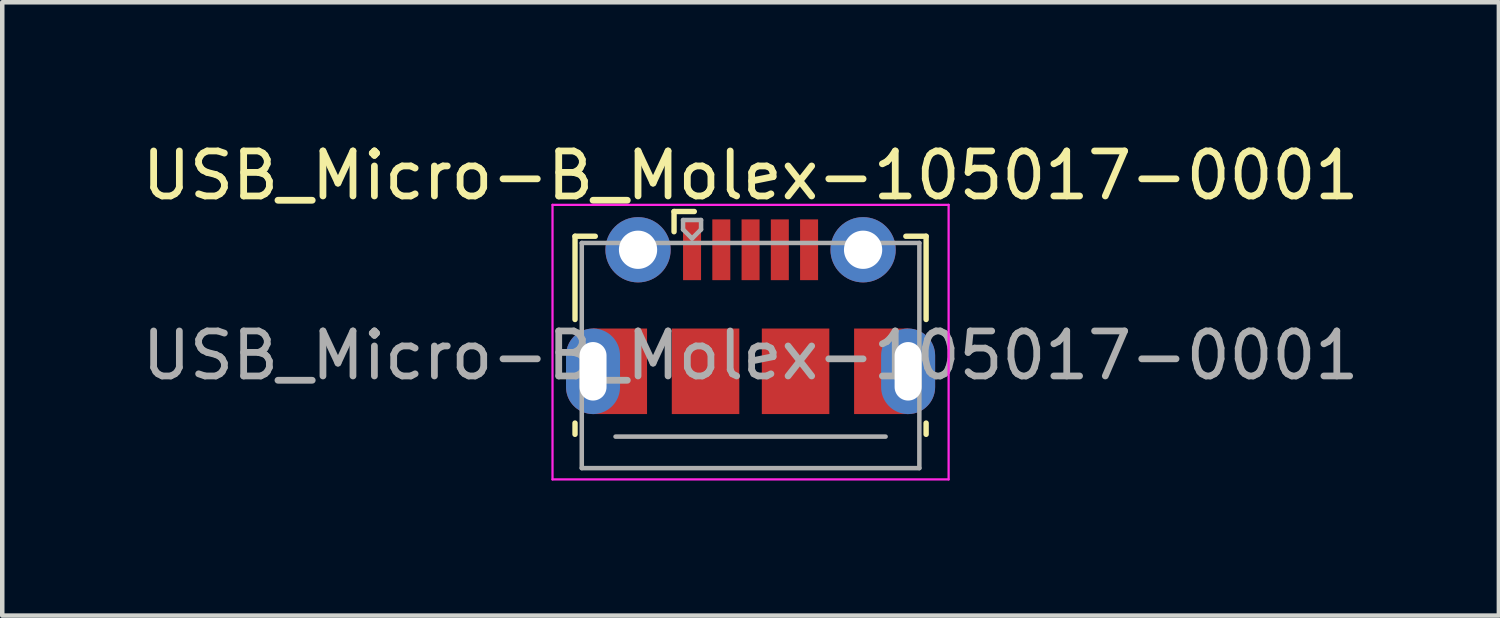
<source format=kicad_pcb>
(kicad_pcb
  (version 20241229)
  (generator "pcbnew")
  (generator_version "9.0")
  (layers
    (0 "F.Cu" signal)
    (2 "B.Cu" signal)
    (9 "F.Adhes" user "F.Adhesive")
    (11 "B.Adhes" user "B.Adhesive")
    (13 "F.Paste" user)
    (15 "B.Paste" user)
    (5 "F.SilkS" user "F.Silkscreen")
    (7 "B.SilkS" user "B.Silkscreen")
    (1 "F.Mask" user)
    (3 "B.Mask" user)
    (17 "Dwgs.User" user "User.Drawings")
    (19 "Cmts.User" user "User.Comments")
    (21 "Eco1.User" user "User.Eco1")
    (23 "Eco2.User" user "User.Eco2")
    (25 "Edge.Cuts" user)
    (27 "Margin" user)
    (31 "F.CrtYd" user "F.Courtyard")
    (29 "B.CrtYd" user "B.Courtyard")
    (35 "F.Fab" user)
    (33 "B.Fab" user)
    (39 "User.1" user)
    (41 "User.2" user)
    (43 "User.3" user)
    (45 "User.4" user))
  (footprint "USB_Micro-B_Molex-105017-0001"
    (layer "F.Cu")
    (at 13.625 3.961)
    (property "Reference" "USB_Micro-B_Molex-105017-0001" (at 0 -3.112 0) (layer "F.SilkS") (effects (font (size 1 1) (thickness 0.15))))
    (attr smd)
    (fp_line (start -3.9 -1.762) (end -3.45 -1.762) (stroke (width 0.12) (type solid)) (layer "F.SilkS"))
    (fp_line (start -3.9 0.087) (end -3.9 -1.762) (stroke (width 0.12) (type solid)) (layer "F.SilkS"))
    (fp_line (start -3.9 2.638) (end -3.9 2.388) (stroke (width 0.12) (type solid)) (layer "F.SilkS"))
    (fp_line (start -1.7 -2.312) (end -1.7 -1.863) (stroke (width 0.12) (type solid)) (layer "F.SilkS"))
    (fp_line (start -1.7 -2.312) (end -1.25 -2.312) (stroke (width 0.12) (type solid)) (layer "F.SilkS"))
    (fp_line (start 3.9 -1.762) (end 3.45 -1.762) (stroke (width 0.12) (type solid)) (layer "F.SilkS"))
    (fp_line (start 3.9 0.087) (end 3.9 -1.762) (stroke (width 0.12) (type solid)) (layer "F.SilkS"))
    (fp_line (start 3.9 2.638) (end 3.9 2.388) (stroke (width 0.12) (type solid)) (layer "F.SilkS"))
    (fp_line (start -4.4 -2.46) (end 4.4 -2.46) (stroke (width 0.05) (type solid)) (layer "F.CrtYd"))
    (fp_line (start -4.4 3.64) (end -4.4 -2.46) (stroke (width 0.05) (type solid)) (layer "F.CrtYd"))
    (fp_line (start -4.4 3.64) (end 4.4 3.64) (stroke (width 0.05) (type solid)) (layer "F.CrtYd"))
    (fp_line (start 4.4 -2.46) (end 4.4 3.64) (stroke (width 0.05) (type solid)) (layer "F.CrtYd"))
    (fp_line (start -3.75 -1.613) (end 3.75 -1.613) (stroke (width 0.1) (type solid)) (layer "F.Fab"))
    (fp_line (start -3.75 3.388) (end -3.75 -1.613) (stroke (width 0.1) (type solid)) (layer "F.Fab"))
    (fp_line (start -3.75 3.389) (end 3.75 3.389) (stroke (width 0.1) (type solid)) (layer "F.Fab"))
    (fp_line (start -3 2.689) (end 3 2.689) (stroke (width 0.1) (type solid)) (layer "F.Fab"))
    (fp_line (start -1.5 -2.123) (end -1.5 -1.913) (stroke (width 0.1) (type solid)) (layer "F.Fab"))
    (fp_line (start -1.5 -2.123) (end -1.1 -2.123) (stroke (width 0.1) (type solid)) (layer "F.Fab"))
    (fp_line (start -1.3 -1.712) (end -1.5 -1.913) (stroke (width 0.1) (type solid)) (layer "F.Fab"))
    (fp_line (start -1.1 -2.123) (end -1.1 -1.913) (stroke (width 0.1) (type solid)) (layer "F.Fab"))
    (fp_line (start -1.1 -1.913) (end -1.3 -1.712) (stroke (width 0.1) (type solid)) (layer "F.Fab"))
    (fp_line (start 3.75 3.388) (end 3.75 -1.613) (stroke (width 0.1) (type solid)) (layer "F.Fab"))
    (fp_text user "${REFERENCE}" (at 0 0.887 0) (layer "F.Fab") (effects (font (size 1 1) (thickness 0.15))))
    (pad "1" smd rect (at -1.3 -1.462) (size 0.4 1.35) (layers "F.Cu" "F.Mask" "F.Paste"))
    (pad "2" smd rect (at -0.65 -1.462) (size 0.4 1.35) (layers "F.Cu" "F.Mask" "F.Paste"))
    (pad "3" smd rect (at 0 -1.462) (size 0.4 1.35) (layers "F.Cu" "F.Mask" "F.Paste"))
    (pad "4" smd rect (at 0.65 -1.462) (size 0.4 1.35) (layers "F.Cu" "F.Mask" "F.Paste"))
    (pad "5" smd rect (at 1.3 -1.462) (size 0.4 1.35) (layers "F.Cu" "F.Mask" "F.Paste"))
    (pad "6" thru_hole oval (at -3.5 1.238 180) (size 1.2 1.9) (drill oval 0.6 1.3) (layers "*.Cu" "*.Mask"))
    (pad "6" smd rect (at -2.9 1.238) (size 1.2 1.9) (layers "F.Cu" "F.Mask"))
    (pad "6" thru_hole circle (at -2.5 -1.462) (size 1.45 1.45) (drill 0.85) (layers "*.Cu" "*.Mask"))
    (pad "6" smd rect (at -1 1.238) (size 1.5 1.9) (layers "F.Cu" "F.Mask" "F.Paste"))
    (pad "6" smd rect (at 1 1.238) (size 1.5 1.9) (layers "F.Cu" "F.Mask" "F.Paste"))
    (pad "6" thru_hole circle (at 2.5 -1.462) (size 1.45 1.45) (drill 0.85) (layers "*.Cu" "*.Mask"))
    (pad "6" smd rect (at 2.9 1.238) (size 1.2 1.9) (layers "F.Cu" "F.Mask"))
    (pad "6" thru_hole oval (at 3.5 1.238) (size 1.2 1.9) (drill oval 0.6 1.3) (layers "*.Cu" "*.Mask")))
  (gr_rect
    (start -3 -3)
    (end 30.25 10.626)
    (stroke (width 0.1) (type default))
    (fill no)
    (layer "Edge.Cuts")))
</source>
